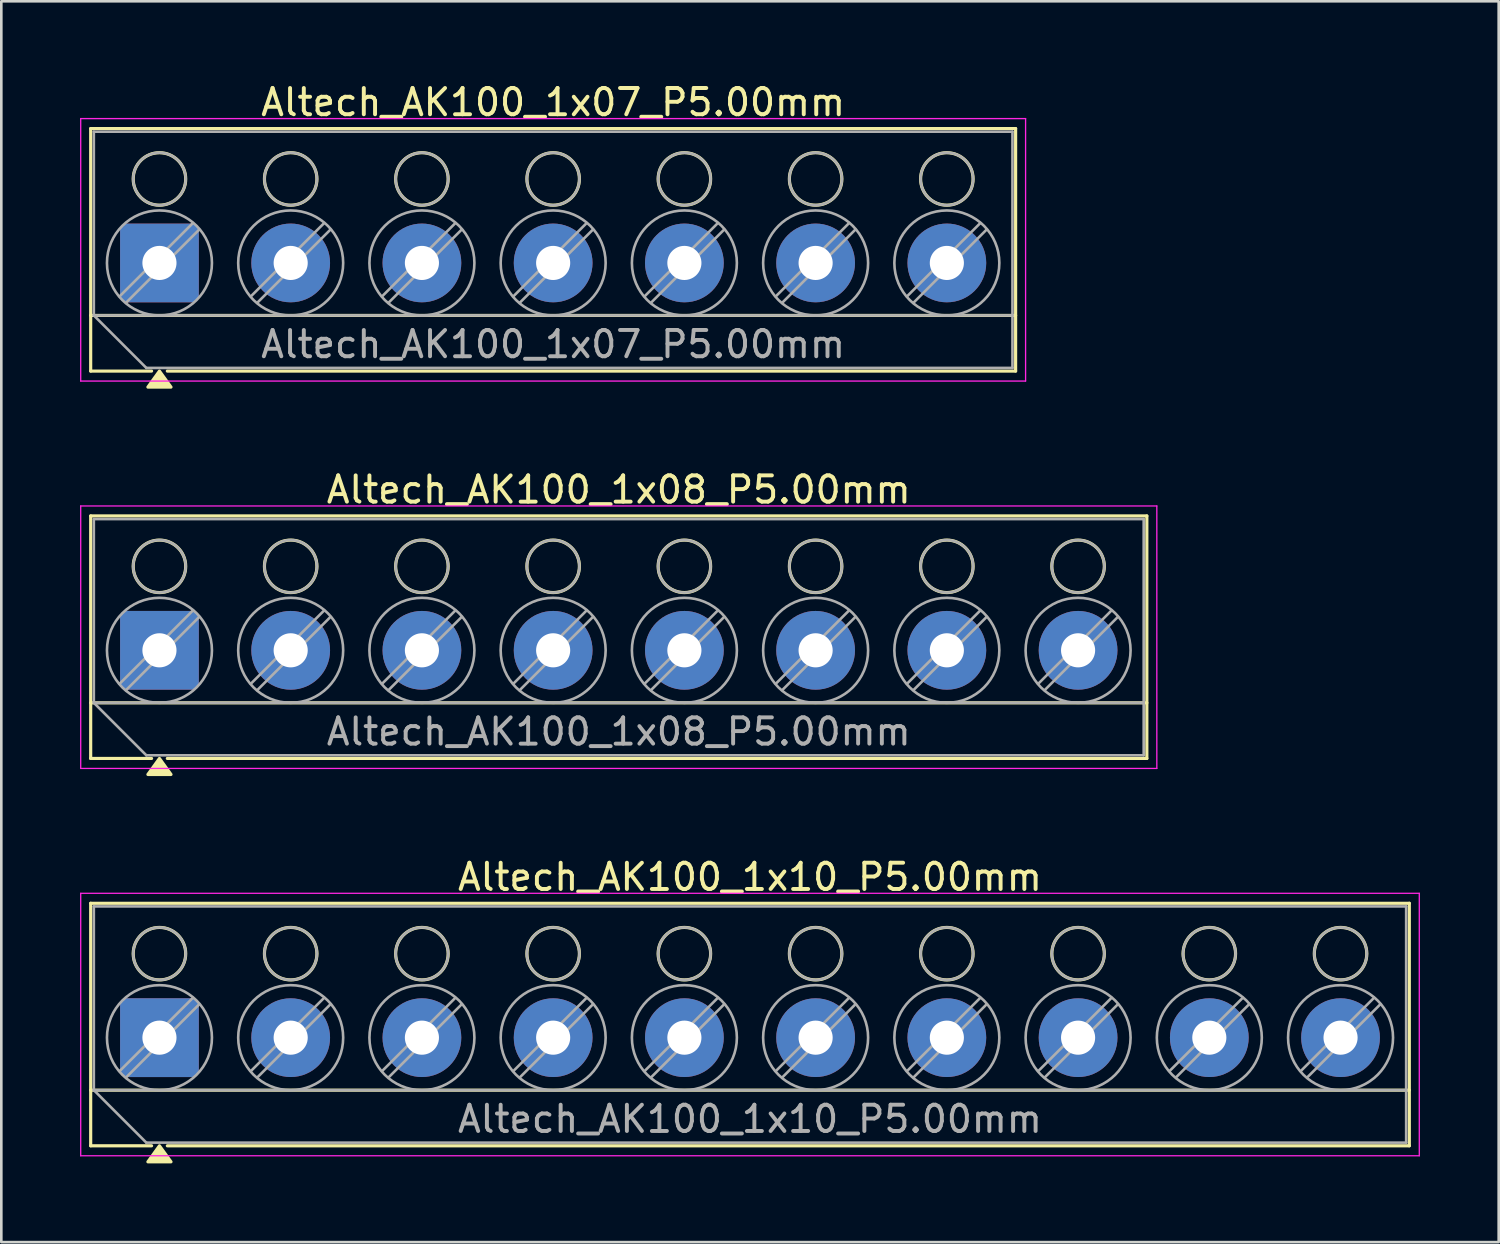
<source format=kicad_pcb>
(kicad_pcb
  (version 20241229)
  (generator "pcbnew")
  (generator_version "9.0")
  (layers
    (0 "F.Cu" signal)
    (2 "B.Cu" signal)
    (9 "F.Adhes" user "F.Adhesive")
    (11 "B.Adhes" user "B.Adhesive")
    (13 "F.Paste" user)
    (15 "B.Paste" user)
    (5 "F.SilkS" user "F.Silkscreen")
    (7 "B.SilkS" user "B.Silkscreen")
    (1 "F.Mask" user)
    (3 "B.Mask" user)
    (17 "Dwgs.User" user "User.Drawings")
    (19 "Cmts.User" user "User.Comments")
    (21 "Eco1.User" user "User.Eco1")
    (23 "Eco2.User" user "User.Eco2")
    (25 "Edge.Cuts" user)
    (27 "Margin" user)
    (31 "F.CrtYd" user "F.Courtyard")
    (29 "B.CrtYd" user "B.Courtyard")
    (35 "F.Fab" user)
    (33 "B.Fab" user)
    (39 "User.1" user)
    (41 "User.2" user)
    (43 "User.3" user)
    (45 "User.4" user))
  (footprint "Altech_AK100_1x10_P5.00mm"
    (layer "F.Cu")
    (at 3.025 36.485)
    (property "Reference" "Altech_AK100_1x10_P5.00mm" (at 22.5 -6.12 0) (layer "F.SilkS") (effects (font (size 1 1) (thickness 0.15))))
    (attr through_hole)
    (fp_line (start -2.62 -5.12) (end 47.62 -5.12) (stroke (width 0.12) (type solid)) (layer "F.SilkS"))
    (fp_line (start -2.62 2) (end 47.62 2) (stroke (width 0.12) (type solid)) (layer "F.SilkS"))
    (fp_line (start -2.62 4.12) (end -2.62 -5.12) (stroke (width 0.12) (type solid)) (layer "F.SilkS"))
    (fp_line (start -0.3 4.12) (end -2.62 4.12) (stroke (width 0.12) (type solid)) (layer "F.SilkS"))
    (fp_line (start 47.62 -5.12) (end 47.62 4.12) (stroke (width 0.12) (type solid)) (layer "F.SilkS"))
    (fp_line (start 47.62 4.12) (end 0.3 4.12) (stroke (width 0.12) (type solid)) (layer "F.SilkS"))
    (fp_circle (center 0 -3.2) (end 1 -3.2) (stroke (width 0.12) (type solid)) (fill no) (layer "F.SilkS"))
    (fp_circle (center 5 -3.2) (end 6 -3.2) (stroke (width 0.12) (type solid)) (fill no) (layer "F.SilkS"))
    (fp_circle (center 10 -3.2) (end 11 -3.2) (stroke (width 0.12) (type solid)) (fill no) (layer "F.SilkS"))
    (fp_circle (center 15 -3.2) (end 16 -3.2) (stroke (width 0.12) (type solid)) (fill no) (layer "F.SilkS"))
    (fp_circle (center 20 -3.2) (end 21 -3.2) (stroke (width 0.12) (type solid)) (fill no) (layer "F.SilkS"))
    (fp_circle (center 25 -3.2) (end 26 -3.2) (stroke (width 0.12) (type solid)) (fill no) (layer "F.SilkS"))
    (fp_circle (center 30 -3.2) (end 31 -3.2) (stroke (width 0.12) (type solid)) (fill no) (layer "F.SilkS"))
    (fp_circle (center 35 -3.2) (end 36 -3.2) (stroke (width 0.12) (type solid)) (fill no) (layer "F.SilkS"))
    (fp_circle (center 40 -3.2) (end 41 -3.2) (stroke (width 0.12) (type solid)) (fill no) (layer "F.SilkS"))
    (fp_circle (center 45 -3.2) (end 46 -3.2) (stroke (width 0.12) (type solid)) (fill no) (layer "F.SilkS"))
    (fp_poly (pts (xy 0 4.12) (xy 0.44 4.73) (xy -0.44 4.73)) (stroke (width 0.12) (type solid)) (fill yes) (layer "F.SilkS"))
    (fp_line (start -3 -5.5) (end -3 4.5) (stroke (width 0.05) (type solid)) (layer "F.CrtYd"))
    (fp_line (start -3 4.5) (end 48 4.5) (stroke (width 0.05) (type solid)) (layer "F.CrtYd"))
    (fp_line (start 48 -5.5) (end -3 -5.5) (stroke (width 0.05) (type solid)) (layer "F.CrtYd"))
    (fp_line (start 48 4.5) (end 48 -5.5) (stroke (width 0.05) (type solid)) (layer "F.CrtYd"))
    (fp_line (start -2.5 -5) (end 47.5 -5) (stroke (width 0.1) (type solid)) (layer "F.Fab"))
    (fp_line (start -2.5 2) (end -2.5 -5) (stroke (width 0.1) (type solid)) (layer "F.Fab"))
    (fp_line (start -2.5 2) (end 47.5 2) (stroke (width 0.1) (type solid)) (layer "F.Fab"))
    (fp_line (start -0.5 4) (end -2.5 2) (stroke (width 0.1) (type solid)) (layer "F.Fab"))
    (fp_line (start 1.273 -1.517) (end -1.517 1.273) (stroke (width 0.1) (type solid)) (layer "F.Fab"))
    (fp_line (start 1.517 -1.273) (end -1.273 1.517) (stroke (width 0.1) (type solid)) (layer "F.Fab"))
    (fp_line (start 6.273 -1.517) (end 3.483 1.273) (stroke (width 0.1) (type solid)) (layer "F.Fab"))
    (fp_line (start 6.517 -1.273) (end 3.727 1.517) (stroke (width 0.1) (type solid)) (layer "F.Fab"))
    (fp_line (start 11.273 -1.517) (end 8.483 1.273) (stroke (width 0.1) (type solid)) (layer "F.Fab"))
    (fp_line (start 11.517 -1.273) (end 8.727 1.517) (stroke (width 0.1) (type solid)) (layer "F.Fab"))
    (fp_line (start 16.273 -1.517) (end 13.483 1.273) (stroke (width 0.1) (type solid)) (layer "F.Fab"))
    (fp_line (start 16.517 -1.273) (end 13.727 1.517) (stroke (width 0.1) (type solid)) (layer "F.Fab"))
    (fp_line (start 21.273 -1.517) (end 18.483 1.273) (stroke (width 0.1) (type solid)) (layer "F.Fab"))
    (fp_line (start 21.517 -1.273) (end 18.727 1.517) (stroke (width 0.1) (type solid)) (layer "F.Fab"))
    (fp_line (start 26.273 -1.517) (end 23.483 1.273) (stroke (width 0.1) (type solid)) (layer "F.Fab"))
    (fp_line (start 26.517 -1.273) (end 23.727 1.517) (stroke (width 0.1) (type solid)) (layer "F.Fab"))
    (fp_line (start 31.273 -1.517) (end 28.483 1.273) (stroke (width 0.1) (type solid)) (layer "F.Fab"))
    (fp_line (start 31.517 -1.273) (end 28.727 1.517) (stroke (width 0.1) (type solid)) (layer "F.Fab"))
    (fp_line (start 36.273 -1.517) (end 33.483 1.273) (stroke (width 0.1) (type solid)) (layer "F.Fab"))
    (fp_line (start 36.517 -1.273) (end 33.727 1.517) (stroke (width 0.1) (type solid)) (layer "F.Fab"))
    (fp_line (start 41.273 -1.517) (end 38.483 1.273) (stroke (width 0.1) (type solid)) (layer "F.Fab"))
    (fp_line (start 41.517 -1.273) (end 38.727 1.517) (stroke (width 0.1) (type solid)) (layer "F.Fab"))
    (fp_line (start 46.273 -1.517) (end 43.483 1.273) (stroke (width 0.1) (type solid)) (layer "F.Fab"))
    (fp_line (start 46.517 -1.273) (end 43.727 1.517) (stroke (width 0.1) (type solid)) (layer "F.Fab"))
    (fp_line (start 47.5 -5) (end 47.5 4) (stroke (width 0.1) (type solid)) (layer "F.Fab"))
    (fp_line (start 47.5 4) (end -0.5 4) (stroke (width 0.1) (type solid)) (layer "F.Fab"))
    (fp_circle (center 0 -3.2) (end 1 -3.2) (stroke (width 0.1) (type solid)) (fill no) (layer "F.Fab"))
    (fp_circle (center 0 0) (end 2 0) (stroke (width 0.1) (type solid)) (fill no) (layer "F.Fab"))
    (fp_circle (center 5 -3.2) (end 6 -3.2) (stroke (width 0.1) (type solid)) (fill no) (layer "F.Fab"))
    (fp_circle (center 5 0) (end 7 0) (stroke (width 0.1) (type solid)) (fill no) (layer "F.Fab"))
    (fp_circle (center 10 -3.2) (end 11 -3.2) (stroke (width 0.1) (type solid)) (fill no) (layer "F.Fab"))
    (fp_circle (center 10 0) (end 12 0) (stroke (width 0.1) (type solid)) (fill no) (layer "F.Fab"))
    (fp_circle (center 15 -3.2) (end 16 -3.2) (stroke (width 0.1) (type solid)) (fill no) (layer "F.Fab"))
    (fp_circle (center 15 0) (end 17 0) (stroke (width 0.1) (type solid)) (fill no) (layer "F.Fab"))
    (fp_circle (center 20 -3.2) (end 21 -3.2) (stroke (width 0.1) (type solid)) (fill no) (layer "F.Fab"))
    (fp_circle (center 20 0) (end 22 0) (stroke (width 0.1) (type solid)) (fill no) (layer "F.Fab"))
    (fp_circle (center 25 -3.2) (end 26 -3.2) (stroke (width 0.1) (type solid)) (fill no) (layer "F.Fab"))
    (fp_circle (center 25 0) (end 27 0) (stroke (width 0.1) (type solid)) (fill no) (layer "F.Fab"))
    (fp_circle (center 30 -3.2) (end 31 -3.2) (stroke (width 0.1) (type solid)) (fill no) (layer "F.Fab"))
    (fp_circle (center 30 0) (end 32 0) (stroke (width 0.1) (type solid)) (fill no) (layer "F.Fab"))
    (fp_circle (center 35 -3.2) (end 36 -3.2) (stroke (width 0.1) (type solid)) (fill no) (layer "F.Fab"))
    (fp_circle (center 35 0) (end 37 0) (stroke (width 0.1) (type solid)) (fill no) (layer "F.Fab"))
    (fp_circle (center 40 -3.2) (end 41 -3.2) (stroke (width 0.1) (type solid)) (fill no) (layer "F.Fab"))
    (fp_circle (center 40 0) (end 42 0) (stroke (width 0.1) (type solid)) (fill no) (layer "F.Fab"))
    (fp_circle (center 45 -3.2) (end 46 -3.2) (stroke (width 0.1) (type solid)) (fill no) (layer "F.Fab"))
    (fp_circle (center 45 0) (end 47 0) (stroke (width 0.1) (type solid)) (fill no) (layer "F.Fab"))
    (fp_text user "${REFERENCE}" (at 22.5 3.1 0) (layer "F.Fab") (effects (font (size 1 1) (thickness 0.15))))
    (pad "1" thru_hole roundrect (at 0 0) (size 3 3) (drill 1.3) (layers "*.Cu" "*.Mask") (roundrect_rratio 0.083))
    (pad "2" thru_hole circle (at 5 0) (size 3 3) (drill 1.3) (layers "*.Cu" "*.Mask"))
    (pad "3" thru_hole circle (at 10 0) (size 3 3) (drill 1.3) (layers "*.Cu" "*.Mask"))
    (pad "4" thru_hole circle (at 15 0) (size 3 3) (drill 1.3) (layers "*.Cu" "*.Mask"))
    (pad "5" thru_hole circle (at 20 0) (size 3 3) (drill 1.3) (layers "*.Cu" "*.Mask"))
    (pad "6" thru_hole circle (at 25 0) (size 3 3) (drill 1.3) (layers "*.Cu" "*.Mask"))
    (pad "7" thru_hole circle (at 30 0) (size 3 3) (drill 1.3) (layers "*.Cu" "*.Mask"))
    (pad "8" thru_hole circle (at 35 0) (size 3 3) (drill 1.3) (layers "*.Cu" "*.Mask"))
    (pad "9" thru_hole circle (at 40 0) (size 3 3) (drill 1.3) (layers "*.Cu" "*.Mask"))
    (pad "10" thru_hole circle (at 45 0) (size 3 3) (drill 1.3) (layers "*.Cu" "*.Mask")))
  (footprint "Altech_AK100_1x07_P5.00mm"
    (layer "F.Cu")
    (at 3.025 6.968)
    (property "Reference" "Altech_AK100_1x07_P5.00mm" (at 15 -6.12 0) (layer "F.SilkS") (effects (font (size 1 1) (thickness 0.15))))
    (attr through_hole)
    (fp_line (start -2.62 -5.12) (end 32.62 -5.12) (stroke (width 0.12) (type solid)) (layer "F.SilkS"))
    (fp_line (start -2.62 2) (end 32.62 2) (stroke (width 0.12) (type solid)) (layer "F.SilkS"))
    (fp_line (start -2.62 4.12) (end -2.62 -5.12) (stroke (width 0.12) (type solid)) (layer "F.SilkS"))
    (fp_line (start -0.3 4.12) (end -2.62 4.12) (stroke (width 0.12) (type solid)) (layer "F.SilkS"))
    (fp_line (start 32.62 -5.12) (end 32.62 4.12) (stroke (width 0.12) (type solid)) (layer "F.SilkS"))
    (fp_line (start 32.62 4.12) (end 0.3 4.12) (stroke (width 0.12) (type solid)) (layer "F.SilkS"))
    (fp_circle (center 0 -3.2) (end 1 -3.2) (stroke (width 0.12) (type solid)) (fill no) (layer "F.SilkS"))
    (fp_circle (center 5 -3.2) (end 6 -3.2) (stroke (width 0.12) (type solid)) (fill no) (layer "F.SilkS"))
    (fp_circle (center 10 -3.2) (end 11 -3.2) (stroke (width 0.12) (type solid)) (fill no) (layer "F.SilkS"))
    (fp_circle (center 15 -3.2) (end 16 -3.2) (stroke (width 0.12) (type solid)) (fill no) (layer "F.SilkS"))
    (fp_circle (center 20 -3.2) (end 21 -3.2) (stroke (width 0.12) (type solid)) (fill no) (layer "F.SilkS"))
    (fp_circle (center 25 -3.2) (end 26 -3.2) (stroke (width 0.12) (type solid)) (fill no) (layer "F.SilkS"))
    (fp_circle (center 30 -3.2) (end 31 -3.2) (stroke (width 0.12) (type solid)) (fill no) (layer "F.SilkS"))
    (fp_poly (pts (xy 0 4.12) (xy 0.44 4.73) (xy -0.44 4.73)) (stroke (width 0.12) (type solid)) (fill yes) (layer "F.SilkS"))
    (fp_line (start -3 -5.5) (end -3 4.5) (stroke (width 0.05) (type solid)) (layer "F.CrtYd"))
    (fp_line (start -3 4.5) (end 33 4.5) (stroke (width 0.05) (type solid)) (layer "F.CrtYd"))
    (fp_line (start 33 -5.5) (end -3 -5.5) (stroke (width 0.05) (type solid)) (layer "F.CrtYd"))
    (fp_line (start 33 4.5) (end 33 -5.5) (stroke (width 0.05) (type solid)) (layer "F.CrtYd"))
    (fp_line (start -2.5 -5) (end 32.5 -5) (stroke (width 0.1) (type solid)) (layer "F.Fab"))
    (fp_line (start -2.5 2) (end -2.5 -5) (stroke (width 0.1) (type solid)) (layer "F.Fab"))
    (fp_line (start -2.5 2) (end 32.5 2) (stroke (width 0.1) (type solid)) (layer "F.Fab"))
    (fp_line (start -0.5 4) (end -2.5 2) (stroke (width 0.1) (type solid)) (layer "F.Fab"))
    (fp_line (start 1.273 -1.517) (end -1.517 1.273) (stroke (width 0.1) (type solid)) (layer "F.Fab"))
    (fp_line (start 1.517 -1.273) (end -1.273 1.517) (stroke (width 0.1) (type solid)) (layer "F.Fab"))
    (fp_line (start 6.273 -1.517) (end 3.483 1.273) (stroke (width 0.1) (type solid)) (layer "F.Fab"))
    (fp_line (start 6.517 -1.273) (end 3.727 1.517) (stroke (width 0.1) (type solid)) (layer "F.Fab"))
    (fp_line (start 11.273 -1.517) (end 8.483 1.273) (stroke (width 0.1) (type solid)) (layer "F.Fab"))
    (fp_line (start 11.517 -1.273) (end 8.727 1.517) (stroke (width 0.1) (type solid)) (layer "F.Fab"))
    (fp_line (start 16.273 -1.517) (end 13.483 1.273) (stroke (width 0.1) (type solid)) (layer "F.Fab"))
    (fp_line (start 16.517 -1.273) (end 13.727 1.517) (stroke (width 0.1) (type solid)) (layer "F.Fab"))
    (fp_line (start 21.273 -1.517) (end 18.483 1.273) (stroke (width 0.1) (type solid)) (layer "F.Fab"))
    (fp_line (start 21.517 -1.273) (end 18.727 1.517) (stroke (width 0.1) (type solid)) (layer "F.Fab"))
    (fp_line (start 26.273 -1.517) (end 23.483 1.273) (stroke (width 0.1) (type solid)) (layer "F.Fab"))
    (fp_line (start 26.517 -1.273) (end 23.727 1.517) (stroke (width 0.1) (type solid)) (layer "F.Fab"))
    (fp_line (start 31.273 -1.517) (end 28.483 1.273) (stroke (width 0.1) (type solid)) (layer "F.Fab"))
    (fp_line (start 31.517 -1.273) (end 28.727 1.517) (stroke (width 0.1) (type solid)) (layer "F.Fab"))
    (fp_line (start 32.5 -5) (end 32.5 4) (stroke (width 0.1) (type solid)) (layer "F.Fab"))
    (fp_line (start 32.5 4) (end -0.5 4) (stroke (width 0.1) (type solid)) (layer "F.Fab"))
    (fp_circle (center 0 -3.2) (end 1 -3.2) (stroke (width 0.1) (type solid)) (fill no) (layer "F.Fab"))
    (fp_circle (center 0 0) (end 2 0) (stroke (width 0.1) (type solid)) (fill no) (layer "F.Fab"))
    (fp_circle (center 5 -3.2) (end 6 -3.2) (stroke (width 0.1) (type solid)) (fill no) (layer "F.Fab"))
    (fp_circle (center 5 0) (end 7 0) (stroke (width 0.1) (type solid)) (fill no) (layer "F.Fab"))
    (fp_circle (center 10 -3.2) (end 11 -3.2) (stroke (width 0.1) (type solid)) (fill no) (layer "F.Fab"))
    (fp_circle (center 10 0) (end 12 0) (stroke (width 0.1) (type solid)) (fill no) (layer "F.Fab"))
    (fp_circle (center 15 -3.2) (end 16 -3.2) (stroke (width 0.1) (type solid)) (fill no) (layer "F.Fab"))
    (fp_circle (center 15 0) (end 17 0) (stroke (width 0.1) (type solid)) (fill no) (layer "F.Fab"))
    (fp_circle (center 20 -3.2) (end 21 -3.2) (stroke (width 0.1) (type solid)) (fill no) (layer "F.Fab"))
    (fp_circle (center 20 0) (end 22 0) (stroke (width 0.1) (type solid)) (fill no) (layer "F.Fab"))
    (fp_circle (center 25 -3.2) (end 26 -3.2) (stroke (width 0.1) (type solid)) (fill no) (layer "F.Fab"))
    (fp_circle (center 25 0) (end 27 0) (stroke (width 0.1) (type solid)) (fill no) (layer "F.Fab"))
    (fp_circle (center 30 -3.2) (end 31 -3.2) (stroke (width 0.1) (type solid)) (fill no) (layer "F.Fab"))
    (fp_circle (center 30 0) (end 32 0) (stroke (width 0.1) (type solid)) (fill no) (layer "F.Fab"))
    (fp_text user "${REFERENCE}" (at 15 3.1 0) (layer "F.Fab") (effects (font (size 1 1) (thickness 0.15))))
    (pad "1" thru_hole roundrect (at 0 0) (size 3 3) (drill 1.3) (layers "*.Cu" "*.Mask") (roundrect_rratio 0.083))
    (pad "2" thru_hole circle (at 5 0) (size 3 3) (drill 1.3) (layers "*.Cu" "*.Mask"))
    (pad "3" thru_hole circle (at 10 0) (size 3 3) (drill 1.3) (layers "*.Cu" "*.Mask"))
    (pad "4" thru_hole circle (at 15 0) (size 3 3) (drill 1.3) (layers "*.Cu" "*.Mask"))
    (pad "5" thru_hole circle (at 20 0) (size 3 3) (drill 1.3) (layers "*.Cu" "*.Mask"))
    (pad "6" thru_hole circle (at 25 0) (size 3 3) (drill 1.3) (layers "*.Cu" "*.Mask"))
    (pad "7" thru_hole circle (at 30 0) (size 3 3) (drill 1.3) (layers "*.Cu" "*.Mask")))
  (footprint "Altech_AK100_1x08_P5.00mm"
    (layer "F.Cu")
    (at 3.025 21.727)
    (property "Reference" "Altech_AK100_1x08_P5.00mm" (at 17.5 -6.12 0) (layer "F.SilkS") (effects (font (size 1 1) (thickness 0.15))))
    (attr through_hole)
    (fp_line (start -2.62 -5.12) (end 37.62 -5.12) (stroke (width 0.12) (type solid)) (layer "F.SilkS"))
    (fp_line (start -2.62 2) (end 37.62 2) (stroke (width 0.12) (type solid)) (layer "F.SilkS"))
    (fp_line (start -2.62 4.12) (end -2.62 -5.12) (stroke (width 0.12) (type solid)) (layer "F.SilkS"))
    (fp_line (start -0.3 4.12) (end -2.62 4.12) (stroke (width 0.12) (type solid)) (layer "F.SilkS"))
    (fp_line (start 37.62 -5.12) (end 37.62 4.12) (stroke (width 0.12) (type solid)) (layer "F.SilkS"))
    (fp_line (start 37.62 4.12) (end 0.3 4.12) (stroke (width 0.12) (type solid)) (layer "F.SilkS"))
    (fp_circle (center 0 -3.2) (end 1 -3.2) (stroke (width 0.12) (type solid)) (fill no) (layer "F.SilkS"))
    (fp_circle (center 5 -3.2) (end 6 -3.2) (stroke (width 0.12) (type solid)) (fill no) (layer "F.SilkS"))
    (fp_circle (center 10 -3.2) (end 11 -3.2) (stroke (width 0.12) (type solid)) (fill no) (layer "F.SilkS"))
    (fp_circle (center 15 -3.2) (end 16 -3.2) (stroke (width 0.12) (type solid)) (fill no) (layer "F.SilkS"))
    (fp_circle (center 20 -3.2) (end 21 -3.2) (stroke (width 0.12) (type solid)) (fill no) (layer "F.SilkS"))
    (fp_circle (center 25 -3.2) (end 26 -3.2) (stroke (width 0.12) (type solid)) (fill no) (layer "F.SilkS"))
    (fp_circle (center 30 -3.2) (end 31 -3.2) (stroke (width 0.12) (type solid)) (fill no) (layer "F.SilkS"))
    (fp_circle (center 35 -3.2) (end 36 -3.2) (stroke (width 0.12) (type solid)) (fill no) (layer "F.SilkS"))
    (fp_poly (pts (xy 0 4.12) (xy 0.44 4.73) (xy -0.44 4.73)) (stroke (width 0.12) (type solid)) (fill yes) (layer "F.SilkS"))
    (fp_line (start -3 -5.5) (end -3 4.5) (stroke (width 0.05) (type solid)) (layer "F.CrtYd"))
    (fp_line (start -3 4.5) (end 38 4.5) (stroke (width 0.05) (type solid)) (layer "F.CrtYd"))
    (fp_line (start 38 -5.5) (end -3 -5.5) (stroke (width 0.05) (type solid)) (layer "F.CrtYd"))
    (fp_line (start 38 4.5) (end 38 -5.5) (stroke (width 0.05) (type solid)) (layer "F.CrtYd"))
    (fp_line (start -2.5 -5) (end 37.5 -5) (stroke (width 0.1) (type solid)) (layer "F.Fab"))
    (fp_line (start -2.5 2) (end -2.5 -5) (stroke (width 0.1) (type solid)) (layer "F.Fab"))
    (fp_line (start -2.5 2) (end 37.5 2) (stroke (width 0.1) (type solid)) (layer "F.Fab"))
    (fp_line (start -0.5 4) (end -2.5 2) (stroke (width 0.1) (type solid)) (layer "F.Fab"))
    (fp_line (start 1.273 -1.517) (end -1.517 1.273) (stroke (width 0.1) (type solid)) (layer "F.Fab"))
    (fp_line (start 1.517 -1.273) (end -1.273 1.517) (stroke (width 0.1) (type solid)) (layer "F.Fab"))
    (fp_line (start 6.273 -1.517) (end 3.483 1.273) (stroke (width 0.1) (type solid)) (layer "F.Fab"))
    (fp_line (start 6.517 -1.273) (end 3.727 1.517) (stroke (width 0.1) (type solid)) (layer "F.Fab"))
    (fp_line (start 11.273 -1.517) (end 8.483 1.273) (stroke (width 0.1) (type solid)) (layer "F.Fab"))
    (fp_line (start 11.517 -1.273) (end 8.727 1.517) (stroke (width 0.1) (type solid)) (layer "F.Fab"))
    (fp_line (start 16.273 -1.517) (end 13.483 1.273) (stroke (width 0.1) (type solid)) (layer "F.Fab"))
    (fp_line (start 16.517 -1.273) (end 13.727 1.517) (stroke (width 0.1) (type solid)) (layer "F.Fab"))
    (fp_line (start 21.273 -1.517) (end 18.483 1.273) (stroke (width 0.1) (type solid)) (layer "F.Fab"))
    (fp_line (start 21.517 -1.273) (end 18.727 1.517) (stroke (width 0.1) (type solid)) (layer "F.Fab"))
    (fp_line (start 26.273 -1.517) (end 23.483 1.273) (stroke (width 0.1) (type solid)) (layer "F.Fab"))
    (fp_line (start 26.517 -1.273) (end 23.727 1.517) (stroke (width 0.1) (type solid)) (layer "F.Fab"))
    (fp_line (start 31.273 -1.517) (end 28.483 1.273) (stroke (width 0.1) (type solid)) (layer "F.Fab"))
    (fp_line (start 31.517 -1.273) (end 28.727 1.517) (stroke (width 0.1) (type solid)) (layer "F.Fab"))
    (fp_line (start 36.273 -1.517) (end 33.483 1.273) (stroke (width 0.1) (type solid)) (layer "F.Fab"))
    (fp_line (start 36.517 -1.273) (end 33.727 1.517) (stroke (width 0.1) (type solid)) (layer "F.Fab"))
    (fp_line (start 37.5 -5) (end 37.5 4) (stroke (width 0.1) (type solid)) (layer "F.Fab"))
    (fp_line (start 37.5 4) (end -0.5 4) (stroke (width 0.1) (type solid)) (layer "F.Fab"))
    (fp_circle (center 0 -3.2) (end 1 -3.2) (stroke (width 0.1) (type solid)) (fill no) (layer "F.Fab"))
    (fp_circle (center 0 0) (end 2 0) (stroke (width 0.1) (type solid)) (fill no) (layer "F.Fab"))
    (fp_circle (center 5 -3.2) (end 6 -3.2) (stroke (width 0.1) (type solid)) (fill no) (layer "F.Fab"))
    (fp_circle (center 5 0) (end 7 0) (stroke (width 0.1) (type solid)) (fill no) (layer "F.Fab"))
    (fp_circle (center 10 -3.2) (end 11 -3.2) (stroke (width 0.1) (type solid)) (fill no) (layer "F.Fab"))
    (fp_circle (center 10 0) (end 12 0) (stroke (width 0.1) (type solid)) (fill no) (layer "F.Fab"))
    (fp_circle (center 15 -3.2) (end 16 -3.2) (stroke (width 0.1) (type solid)) (fill no) (layer "F.Fab"))
    (fp_circle (center 15 0) (end 17 0) (stroke (width 0.1) (type solid)) (fill no) (layer "F.Fab"))
    (fp_circle (center 20 -3.2) (end 21 -3.2) (stroke (width 0.1) (type solid)) (fill no) (layer "F.Fab"))
    (fp_circle (center 20 0) (end 22 0) (stroke (width 0.1) (type solid)) (fill no) (layer "F.Fab"))
    (fp_circle (center 25 -3.2) (end 26 -3.2) (stroke (width 0.1) (type solid)) (fill no) (layer "F.Fab"))
    (fp_circle (center 25 0) (end 27 0) (stroke (width 0.1) (type solid)) (fill no) (layer "F.Fab"))
    (fp_circle (center 30 -3.2) (end 31 -3.2) (stroke (width 0.1) (type solid)) (fill no) (layer "F.Fab"))
    (fp_circle (center 30 0) (end 32 0) (stroke (width 0.1) (type solid)) (fill no) (layer "F.Fab"))
    (fp_circle (center 35 -3.2) (end 36 -3.2) (stroke (width 0.1) (type solid)) (fill no) (layer "F.Fab"))
    (fp_circle (center 35 0) (end 37 0) (stroke (width 0.1) (type solid)) (fill no) (layer "F.Fab"))
    (fp_text user "${REFERENCE}" (at 17.5 3.1 0) (layer "F.Fab") (effects (font (size 1 1) (thickness 0.15))))
    (pad "1" thru_hole roundrect (at 0 0) (size 3 3) (drill 1.3) (layers "*.Cu" "*.Mask") (roundrect_rratio 0.083))
    (pad "2" thru_hole circle (at 5 0) (size 3 3) (drill 1.3) (layers "*.Cu" "*.Mask"))
    (pad "3" thru_hole circle (at 10 0) (size 3 3) (drill 1.3) (layers "*.Cu" "*.Mask"))
    (pad "4" thru_hole circle (at 15 0) (size 3 3) (drill 1.3) (layers "*.Cu" "*.Mask"))
    (pad "5" thru_hole circle (at 20 0) (size 3 3) (drill 1.3) (layers "*.Cu" "*.Mask"))
    (pad "6" thru_hole circle (at 25 0) (size 3 3) (drill 1.3) (layers "*.Cu" "*.Mask"))
    (pad "7" thru_hole circle (at 30 0) (size 3 3) (drill 1.3) (layers "*.Cu" "*.Mask"))
    (pad "8" thru_hole circle (at 35 0) (size 3 3) (drill 1.3) (layers "*.Cu" "*.Mask")))
  (gr_rect
    (start -3 -3)
    (end 54.05 44.275)
    (stroke (width 0.1) (type default))
    (fill no)
    (layer "Edge.Cuts")))
</source>
